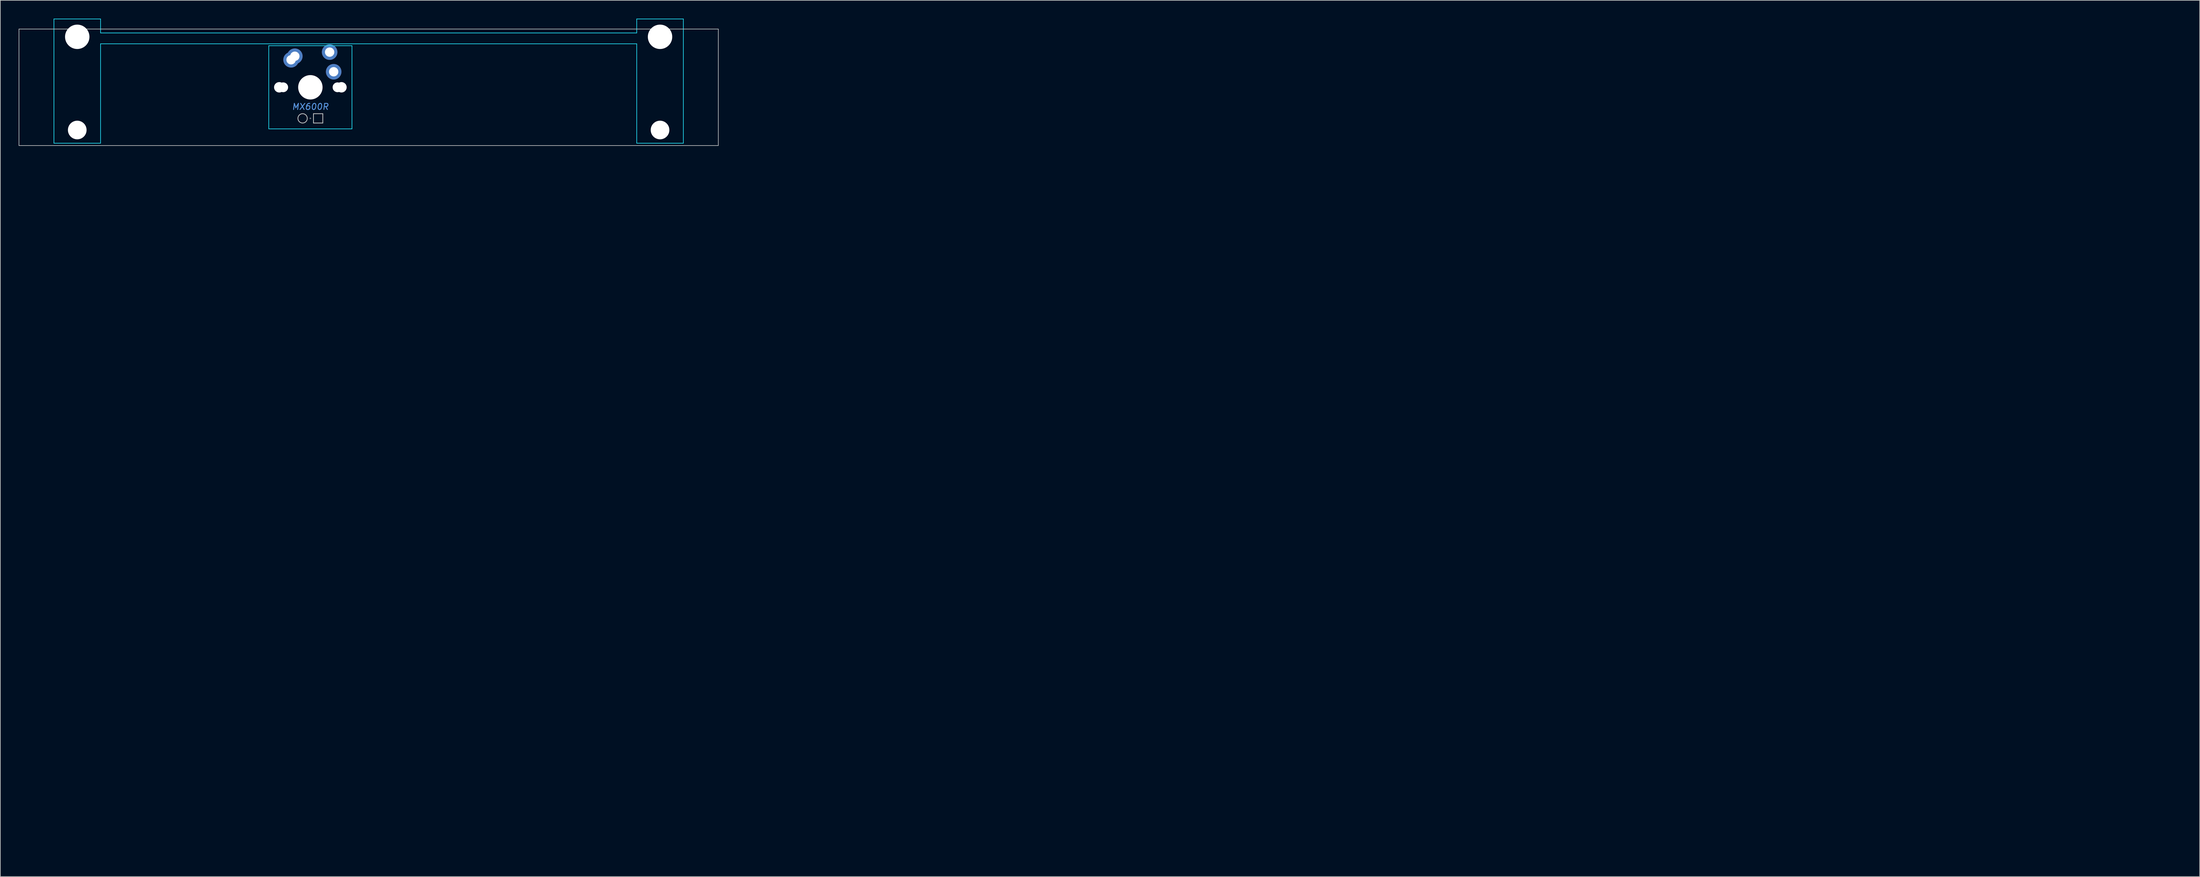
<source format=kicad_pcb>
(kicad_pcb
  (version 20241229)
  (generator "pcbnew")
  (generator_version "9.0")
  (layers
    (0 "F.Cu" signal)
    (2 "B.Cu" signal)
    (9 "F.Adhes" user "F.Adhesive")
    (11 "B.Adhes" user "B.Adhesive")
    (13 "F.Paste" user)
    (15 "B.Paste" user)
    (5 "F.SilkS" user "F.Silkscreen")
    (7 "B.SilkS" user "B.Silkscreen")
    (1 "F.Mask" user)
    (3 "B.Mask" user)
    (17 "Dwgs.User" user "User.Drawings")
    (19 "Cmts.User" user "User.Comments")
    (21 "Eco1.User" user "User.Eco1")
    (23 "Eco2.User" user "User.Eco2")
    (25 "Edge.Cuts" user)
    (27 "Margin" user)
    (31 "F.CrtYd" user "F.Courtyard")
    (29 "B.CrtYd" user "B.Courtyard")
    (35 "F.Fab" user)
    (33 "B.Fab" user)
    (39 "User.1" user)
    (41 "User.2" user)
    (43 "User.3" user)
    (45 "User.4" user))
  (footprint "MX600R"
    (layer "F.Cu")
    (at 47.675 11.226)
    (property "Reference" "MX600R" (at 0 3.175 0) (layer "Cmts.User") (effects (font (size 1 1) (thickness 0.15) (italic yes))))
    (attr through_hole)
    (fp_line (start -47.625 -9.525) (end -47.625 9.525) (stroke (width 0.1) (type solid)) (layer "Dwgs.User"))
    (fp_line (start -47.625 -9.525) (end 66.675 -9.525) (stroke (width 0.1) (type solid)) (layer "Dwgs.User"))
    (fp_line (start -47.625 9.525) (end 66.675 9.525) (stroke (width 0.1) (type solid)) (layer "Dwgs.User"))
    (fp_line (start -0.127 5.08) (end 0.127 5.08) (stroke (width 0.051) (type solid)) (layer "Dwgs.User"))
    (fp_line (start 0 5.207) (end 0 4.953) (stroke (width 0.051) (type solid)) (layer "Dwgs.User"))
    (fp_line (start 0.508 4.318) (end 0.508 5.842) (stroke (width 0.127) (type solid)) (layer "Dwgs.User"))
    (fp_line (start 0.508 4.318) (end 2.032 4.318) (stroke (width 0.127) (type solid)) (layer "Dwgs.User"))
    (fp_line (start 0.508 5.842) (end 2.032 5.842) (stroke (width 0.127) (type solid)) (layer "Dwgs.User"))
    (fp_line (start 2.032 5.842) (end 2.032 4.318) (stroke (width 0.127) (type solid)) (layer "Dwgs.User"))
    (fp_line (start 66.675 -9.525) (end 66.675 9.525) (stroke (width 0.1) (type solid)) (layer "Dwgs.User"))
    (fp_circle (center -1.27 5.08) (end -0.508 5.08) (stroke (width 0.127) (type solid)) (fill no) (layer "Dwgs.User"))
    (fp_line (start -42.239 0.508) (end -41.223 0.508) (stroke (width 0.1) (type solid)) (layer "Eco1.User"))
    (fp_line (start -42.239 3.302) (end -42.239 0.508) (stroke (width 0.1) (type solid)) (layer "Eco1.User"))
    (fp_line (start -41.223 0.508) (end -41.223 -6.604) (stroke (width 0.1) (type solid)) (layer "Eco1.User"))
    (fp_line (start -41.223 3.302) (end -42.239 3.302) (stroke (width 0.1) (type solid)) (layer "Eco1.User"))
    (fp_line (start -41.223 -6.604) (end -39.419 -6.604) (stroke (width 0.1) (type solid)) (layer "Eco1.User"))
    (fp_line (start -41.223 5.689) (end -41.223 3.302) (stroke (width 0.1) (type solid)) (layer "Eco1.User"))
    (fp_line (start -39.419 -7.773) (end -36.371 -7.773) (stroke (width 0.1) (type solid)) (layer "Eco1.User"))
    (fp_line (start -39.419 -6.604) (end -39.419 -7.773) (stroke (width 0.1) (type solid)) (layer "Eco1.User"))
    (fp_line (start -36.371 -7.773) (end -36.371 -6.604) (stroke (width 0.1) (type solid)) (layer "Eco1.User"))
    (fp_line (start -36.371 -6.604) (end -34.568 -6.604) (stroke (width 0.1) (type solid)) (layer "Eco1.User"))
    (fp_line (start -34.568 -2.286) (end -6.985 -2.286) (stroke (width 0.1) (type solid)) (layer "Eco1.User"))
    (fp_line (start -34.568 5.689) (end -41.223 5.689) (stroke (width 0.1) (type solid)) (layer "Eco1.User"))
    (fp_line (start -34.568 -6.604) (end -34.568 -2.286) (stroke (width 0.1) (type solid)) (layer "Eco1.User"))
    (fp_line (start -34.568 2.286) (end -34.568 5.689) (stroke (width 0.1) (type solid)) (layer "Eco1.User"))
    (fp_line (start -6.985 -6.985) (end 6.985 -6.985) (stroke (width 0.1) (type solid)) (layer "Eco1.User"))
    (fp_line (start -6.985 -2.286) (end -6.985 -6.985) (stroke (width 0.1) (type solid)) (layer "Eco1.User"))
    (fp_line (start -6.985 2.286) (end -34.568 2.286) (stroke (width 0.1) (type solid)) (layer "Eco1.User"))
    (fp_line (start -6.985 6.985) (end -6.985 2.286) (stroke (width 0.1) (type solid)) (layer "Eco1.User"))
    (fp_line (start -0.941 0.000029) (end 0.941 -0.000027) (stroke (width 0.1) (type solid)) (layer "Eco1.User"))
    (fp_line (start 0 15.765) (end 0 15.765) (stroke (width 0.1) (type solid)) (layer "Eco1.User"))
    (fp_line (start 0 15.765) (end 0 15.765) (stroke (width 0.1) (type solid)) (layer "Eco1.User"))
    (fp_line (start 0 15.765) (end 0 15.765) (stroke (width 0.1) (type solid)) (layer "Eco1.User"))
    (fp_line (start 0.000028 0.941) (end -0.000028 -0.941) (stroke (width 0.1) (type solid)) (layer "Eco1.User"))
    (fp_line (start 6.985 -6.985) (end 6.985 -2.286) (stroke (width 0.1) (type solid)) (layer "Eco1.User"))
    (fp_line (start 6.985 -2.286) (end 53.619 -2.286) (stroke (width 0.1) (type solid)) (layer "Eco1.User"))
    (fp_line (start 6.985 2.286) (end 6.985 6.985) (stroke (width 0.1) (type solid)) (layer "Eco1.User"))
    (fp_line (start 6.985 6.985) (end -6.985 6.985) (stroke (width 0.1) (type solid)) (layer "Eco1.User"))
    (fp_line (start 53.619 -6.604) (end 55.423 -6.604) (stroke (width 0.1) (type solid)) (layer "Eco1.User"))
    (fp_line (start 53.619 2.286) (end 6.985 2.286) (stroke (width 0.1) (type solid)) (layer "Eco1.User"))
    (fp_line (start 53.619 -2.286) (end 53.619 -6.604) (stroke (width 0.1) (type solid)) (layer "Eco1.User"))
    (fp_line (start 53.619 5.69) (end 53.619 2.286) (stroke (width 0.1) (type solid)) (layer "Eco1.User"))
    (fp_line (start 55.423 -7.772) (end 58.471 -7.772) (stroke (width 0.1) (type solid)) (layer "Eco1.User"))
    (fp_line (start 55.423 -6.604) (end 55.423 -7.772) (stroke (width 0.1) (type solid)) (layer "Eco1.User"))
    (fp_line (start 58.471 -7.772) (end 58.471 -6.604) (stroke (width 0.1) (type solid)) (layer "Eco1.User"))
    (fp_line (start 58.471 -6.604) (end 60.274 -6.604) (stroke (width 0.1) (type solid)) (layer "Eco1.User"))
    (fp_line (start 60.274 -6.604) (end 60.274 0.508) (stroke (width 0.1) (type solid)) (layer "Eco1.User"))
    (fp_line (start 60.274 5.69) (end 53.619 5.69) (stroke (width 0.1) (type solid)) (layer "Eco1.User"))
    (fp_line (start 60.274 0.508) (end 61.29 0.508) (stroke (width 0.1) (type solid)) (layer "Eco1.User"))
    (fp_line (start 60.274 3.302) (end 60.274 5.69) (stroke (width 0.1) (type solid)) (layer "Eco1.User"))
    (fp_line (start 61.29 3.302) (end 60.274 3.302) (stroke (width 0.1) (type solid)) (layer "Eco1.User"))
    (fp_line (start 61.29 0.508) (end 61.29 3.302) (stroke (width 0.1) (type solid)) (layer "Eco1.User"))
    (fp_line (start 304.8 88.594) (end 304.8 90.476) (stroke (width 0.1) (type solid)) (layer "Eco1.User"))
    (fp_line (start 304.8 124.154) (end 304.8 126.036) (stroke (width 0.1) (type solid)) (layer "Eco1.User"))
    (fp_line (start 305.741 89.535) (end 303.859 89.535) (stroke (width 0.1) (type solid)) (layer "Eco1.User"))
    (fp_line (start 305.741 125.095) (end 303.859 125.095) (stroke (width 0.1) (type solid)) (layer "Eco1.User"))
    (fp_line (start -41.91 9.144) (end -41.91 -11.176) (stroke (width 0.1) (type solid)) (layer "B.CrtYd"))
    (fp_line (start -34.29 -11.176) (end -41.91 -11.176) (stroke (width 0.1) (type solid)) (layer "B.CrtYd"))
    (fp_line (start -34.29 -8.89) (end -34.29 -11.176) (stroke (width 0.1) (type solid)) (layer "B.CrtYd"))
    (fp_line (start -34.29 -7.112) (end -34.29 9.144) (stroke (width 0.1) (type solid)) (layer "B.CrtYd"))
    (fp_line (start -34.29 9.144) (end -41.91 9.144) (stroke (width 0.1) (type solid)) (layer "B.CrtYd"))
    (fp_line (start -6.8 -6.8) (end -6.8 6.8) (stroke (width 0.1) (type solid)) (layer "B.CrtYd"))
    (fp_line (start -6.8 -6.8) (end 6.8 -6.8) (stroke (width 0.1) (type solid)) (layer "B.CrtYd"))
    (fp_line (start -6.8 6.8) (end 6.8 6.8) (stroke (width 0.1) (type solid)) (layer "B.CrtYd"))
    (fp_line (start 6.8 6.8) (end 6.8 -6.8) (stroke (width 0.1) (type solid)) (layer "B.CrtYd"))
    (fp_line (start 53.34 -8.89) (end -34.29 -8.89) (stroke (width 0.1) (type solid)) (layer "B.CrtYd"))
    (fp_line (start 53.34 -8.89) (end 53.34 -11.176) (stroke (width 0.1) (type solid)) (layer "B.CrtYd"))
    (fp_line (start 53.34 -7.112) (end -34.29 -7.112) (stroke (width 0.1) (type solid)) (layer "B.CrtYd"))
    (fp_line (start 53.34 -7.112) (end 53.34 9.144) (stroke (width 0.1) (type solid)) (layer "B.CrtYd"))
    (fp_line (start 60.96 -11.176) (end 53.34 -11.176) (stroke (width 0.1) (type solid)) (layer "B.CrtYd"))
    (fp_line (start 60.96 9.144) (end 53.34 9.144) (stroke (width 0.1) (type solid)) (layer "B.CrtYd"))
    (fp_line (start 60.96 9.144) (end 60.96 -11.176) (stroke (width 0.1) (type solid)) (layer "B.CrtYd"))
    (pad "" np_thru_hole circle (at -38.1 -8.255) (size 3.988 3.988) (drill 3.988) (layers "*.Cu" "*.Mask"))
    (pad "" np_thru_hole circle (at -38.1 6.985) (size 3.048 3.048) (drill 3.048) (layers "*.Cu" "*.Mask"))
    (pad "" np_thru_hole circle (at -5.08 0) (size 1.702 1.702) (drill 1.702) (layers "*.Cu" "*.Mask"))
    (pad "" np_thru_hole circle (at -4.44 0) (size 1.6 1.6) (drill 1.6) (layers "*.Cu" "*.Mask"))
    (pad "" np_thru_hole circle (at 0 0) (size 3.988 3.988) (drill 3.988) (layers "*.Cu" "*.Mask"))
    (pad "" np_thru_hole circle (at 4.44 0) (size 1.6 1.6) (drill 1.6) (layers "*.Cu" "*.Mask"))
    (pad "" np_thru_hole circle (at 5.08 0) (size 1.702 1.702) (drill 1.702) (layers "*.Cu" "*.Mask"))
    (pad "" np_thru_hole circle (at 57.15 -8.255) (size 3.988 3.988) (drill 3.988) (layers "*.Cu" "*.Mask"))
    (pad "" np_thru_hole circle (at 57.15 6.985) (size 3.048 3.048) (drill 3.048) (layers "*.Cu" "*.Mask"))
    (pad "1" thru_hole circle (at -3.15 -4.5) (size 2.54 2.54) (drill 1.524) (layers "*.Cu" "*.Mask"))
    (pad "1" thru_hole circle (at -2.54 -5.08) (size 2.54 2.54) (drill 1.524) (layers "*.Cu" "*.Mask"))
    (pad "2" thru_hole circle (at 3.15 -5.75) (size 2.54 2.54) (drill 1.524) (layers "*.Cu" "*.Mask"))
    (pad "2" thru_hole circle (at 3.81 -2.54) (size 2.54 2.54) (drill 1.524) (layers "*.Cu" "*.Mask")))
  (gr_rect
    (start -3 -3)
    (end 356.466 140.312)
    (stroke (width 0.1) (type default))
    (fill no)
    (layer "Edge.Cuts")))
</source>
